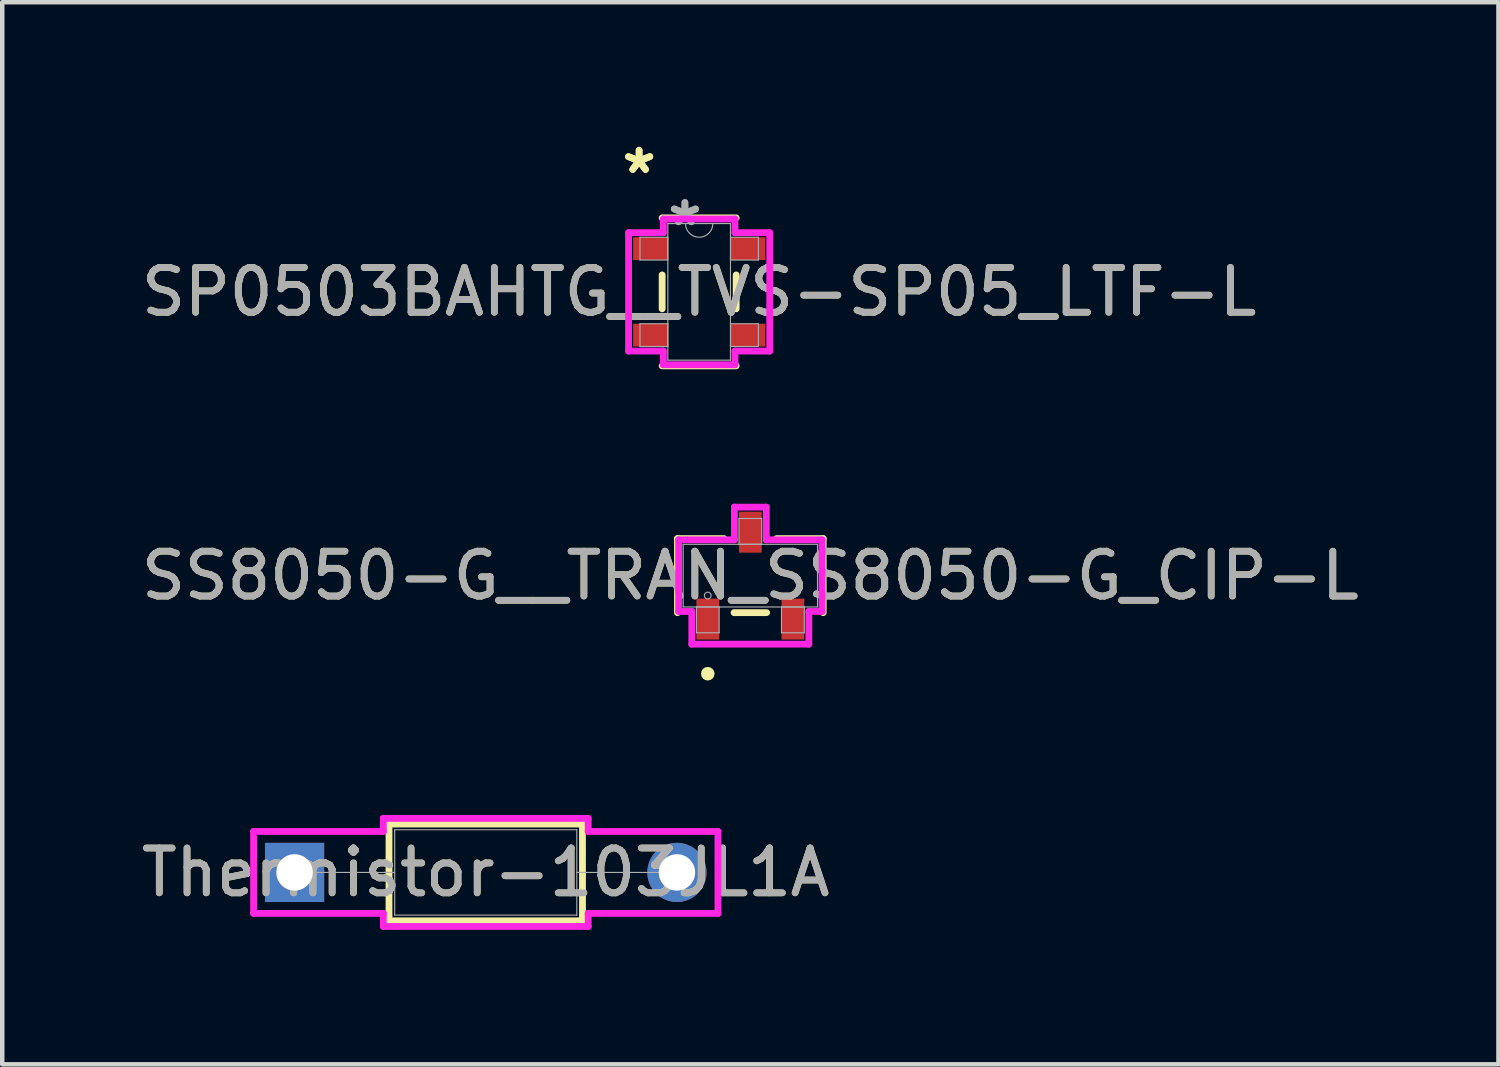
<source format=kicad_pcb>
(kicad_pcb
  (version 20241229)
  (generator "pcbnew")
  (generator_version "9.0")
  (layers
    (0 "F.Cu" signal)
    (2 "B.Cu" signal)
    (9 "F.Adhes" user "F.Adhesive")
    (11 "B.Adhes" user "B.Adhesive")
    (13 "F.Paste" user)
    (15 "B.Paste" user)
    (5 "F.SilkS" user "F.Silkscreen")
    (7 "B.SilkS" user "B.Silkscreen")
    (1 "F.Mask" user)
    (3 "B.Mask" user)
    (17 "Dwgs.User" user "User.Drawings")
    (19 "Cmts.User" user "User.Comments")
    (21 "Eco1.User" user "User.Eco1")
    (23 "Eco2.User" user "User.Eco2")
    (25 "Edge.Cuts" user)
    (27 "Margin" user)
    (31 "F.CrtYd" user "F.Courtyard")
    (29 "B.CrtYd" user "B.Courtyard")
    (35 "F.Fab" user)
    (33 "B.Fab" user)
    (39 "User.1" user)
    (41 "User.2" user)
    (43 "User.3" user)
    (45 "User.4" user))
  (footprint "Thermistor-103JL1A"
    (layer "F.Cu")
    (at 3.524 16.421)
    (property "Reference" "Thermistor-103JL1A" (at 4.267 0 0) (unlocked yes) (layer "F.SilkS") (effects (font (size 1 1) (thickness 0.15))))
    (attr through_hole)
    (fp_line (start 2.108 -1.079) (end 2.108 1.079) (stroke (width 0.152) (type solid)) (layer "F.SilkS"))
    (fp_line (start 2.108 1.079) (end 6.426 1.079) (stroke (width 0.152) (type solid)) (layer "F.SilkS"))
    (fp_line (start 6.426 -1.079) (end 2.108 -1.079) (stroke (width 0.152) (type solid)) (layer "F.SilkS"))
    (fp_line (start 6.426 1.079) (end 6.426 -1.079) (stroke (width 0.152) (type solid)) (layer "F.SilkS"))
    (fp_line (start -0.914 -0.914) (end 1.981 -0.914) (stroke (width 0.152) (type solid)) (layer "F.CrtYd"))
    (fp_line (start -0.914 0.914) (end -0.914 -0.914) (stroke (width 0.152) (type solid)) (layer "F.CrtYd"))
    (fp_line (start 1.981 -1.206) (end 6.553 -1.206) (stroke (width 0.152) (type solid)) (layer "F.CrtYd"))
    (fp_line (start 1.981 -0.914) (end 1.981 -1.206) (stroke (width 0.152) (type solid)) (layer "F.CrtYd"))
    (fp_line (start 1.981 0.914) (end -0.914 0.914) (stroke (width 0.152) (type solid)) (layer "F.CrtYd"))
    (fp_line (start 1.981 1.206) (end 1.981 0.914) (stroke (width 0.152) (type solid)) (layer "F.CrtYd"))
    (fp_line (start 6.553 -1.206) (end 6.553 -0.914) (stroke (width 0.152) (type solid)) (layer "F.CrtYd"))
    (fp_line (start 6.553 -0.914) (end 9.449 -0.914) (stroke (width 0.152) (type solid)) (layer "F.CrtYd"))
    (fp_line (start 6.553 0.914) (end 6.553 1.206) (stroke (width 0.152) (type solid)) (layer "F.CrtYd"))
    (fp_line (start 6.553 1.206) (end 1.981 1.206) (stroke (width 0.152) (type solid)) (layer "F.CrtYd"))
    (fp_line (start 9.449 -0.914) (end 9.449 0.914) (stroke (width 0.152) (type solid)) (layer "F.CrtYd"))
    (fp_line (start 9.449 0.914) (end 6.553 0.914) (stroke (width 0.152) (type solid)) (layer "F.CrtYd"))
    (fp_line (start 0 0) (end 2.235 0) (stroke (width 0.025) (type solid)) (layer "F.Fab"))
    (fp_line (start 2.235 -0.953) (end 2.235 0.953) (stroke (width 0.025) (type solid)) (layer "F.Fab"))
    (fp_line (start 2.235 0.953) (end 6.299 0.953) (stroke (width 0.025) (type solid)) (layer "F.Fab"))
    (fp_line (start 6.299 -0.953) (end 2.235 -0.953) (stroke (width 0.025) (type solid)) (layer "F.Fab"))
    (fp_line (start 6.299 0.953) (end 6.299 -0.953) (stroke (width 0.025) (type solid)) (layer "F.Fab"))
    (fp_line (start 8.534 0) (end 6.299 0) (stroke (width 0.025) (type solid)) (layer "F.Fab"))
    (fp_text user "${REFERENCE}" (at 4.267 0 0) (unlocked yes) (layer "F.Fab") (effects (font (size 1 1) (thickness 0.15))))
    (pad "1" thru_hole rect (at 0 0) (size 1.321 1.321) (drill 0.813) (layers "*.Cu" "*.Mask"))
    (pad "2" thru_hole circle (at 8.534 0) (size 1.321 1.321) (drill 0.813) (layers "*.Cu" "*.Mask")))
  (footprint "SP0503BAHTG__TVS-SP05_LTF-L"
    (layer "F.Cu")
    (at 12.554 3.464)
    (property "Reference" "SP0503BAHTG__TVS-SP05_LTF-L" (at 0 0 0) (unlocked yes) (layer "F.SilkS") (effects (font (size 1 1) (thickness 0.15))))
    (attr smd)
    (fp_line (start -0.826 -0.378) (end -0.826 0.378) (stroke (width 0.152) (type solid)) (layer "F.SilkS"))
    (fp_line (start -0.826 1.651) (end 0.826 1.651) (stroke (width 0.152) (type solid)) (layer "F.SilkS"))
    (fp_line (start 0.826 -1.651) (end -0.826 -1.651) (stroke (width 0.152) (type solid)) (layer "F.SilkS"))
    (fp_line (start 0.826 0.378) (end 0.826 -0.378) (stroke (width 0.152) (type solid)) (layer "F.SilkS"))
    (fp_line (start -1.575 -1.321) (end -0.8 -1.321) (stroke (width 0.152) (type solid)) (layer "F.CrtYd"))
    (fp_line (start -1.575 1.321) (end -1.575 -1.321) (stroke (width 0.152) (type solid)) (layer "F.CrtYd"))
    (fp_line (start -1.575 1.321) (end -0.8 1.321) (stroke (width 0.152) (type solid)) (layer "F.CrtYd"))
    (fp_line (start -0.8 -1.626) (end 0.8 -1.626) (stroke (width 0.152) (type solid)) (layer "F.CrtYd"))
    (fp_line (start -0.8 -1.321) (end -0.8 -1.626) (stroke (width 0.152) (type solid)) (layer "F.CrtYd"))
    (fp_line (start -0.8 1.626) (end -0.8 1.321) (stroke (width 0.152) (type solid)) (layer "F.CrtYd"))
    (fp_line (start 0.8 -1.626) (end 0.8 -1.321) (stroke (width 0.152) (type solid)) (layer "F.CrtYd"))
    (fp_line (start 0.8 1.321) (end 0.8 1.626) (stroke (width 0.152) (type solid)) (layer "F.CrtYd"))
    (fp_line (start 0.8 1.626) (end -0.8 1.626) (stroke (width 0.152) (type solid)) (layer "F.CrtYd"))
    (fp_line (start 1.575 -1.321) (end 0.8 -1.321) (stroke (width 0.152) (type solid)) (layer "F.CrtYd"))
    (fp_line (start 1.575 -1.321) (end 1.575 1.321) (stroke (width 0.152) (type solid)) (layer "F.CrtYd"))
    (fp_line (start 1.575 1.321) (end 0.8 1.321) (stroke (width 0.152) (type solid)) (layer "F.CrtYd"))
    (fp_line (start -1.321 -1.219) (end -1.321 -0.711) (stroke (width 0.025) (type solid)) (layer "F.Fab"))
    (fp_line (start -1.321 -0.711) (end -0.699 -0.711) (stroke (width 0.025) (type solid)) (layer "F.Fab"))
    (fp_line (start -1.321 0.711) (end -1.321 1.219) (stroke (width 0.025) (type solid)) (layer "F.Fab"))
    (fp_line (start -1.321 1.219) (end -0.699 1.219) (stroke (width 0.025) (type solid)) (layer "F.Fab"))
    (fp_line (start -0.699 -1.524) (end -0.699 1.524) (stroke (width 0.025) (type solid)) (layer "F.Fab"))
    (fp_line (start -0.699 -1.219) (end -1.321 -1.219) (stroke (width 0.025) (type solid)) (layer "F.Fab"))
    (fp_line (start -0.699 -0.711) (end -0.699 -1.219) (stroke (width 0.025) (type solid)) (layer "F.Fab"))
    (fp_line (start -0.699 0.711) (end -1.321 0.711) (stroke (width 0.025) (type solid)) (layer "F.Fab"))
    (fp_line (start -0.699 1.219) (end -0.699 0.711) (stroke (width 0.025) (type solid)) (layer "F.Fab"))
    (fp_line (start -0.699 1.524) (end 0.699 1.524) (stroke (width 0.025) (type solid)) (layer "F.Fab"))
    (fp_line (start 0.699 -1.524) (end -0.699 -1.524) (stroke (width 0.025) (type solid)) (layer "F.Fab"))
    (fp_line (start 0.699 -1.219) (end 0.699 -0.711) (stroke (width 0.025) (type solid)) (layer "F.Fab"))
    (fp_line (start 0.699 -0.711) (end 1.321 -0.711) (stroke (width 0.025) (type solid)) (layer "F.Fab"))
    (fp_line (start 0.699 0.711) (end 0.699 1.219) (stroke (width 0.025) (type solid)) (layer "F.Fab"))
    (fp_line (start 0.699 1.219) (end 1.321 1.219) (stroke (width 0.025) (type solid)) (layer "F.Fab"))
    (fp_line (start 0.699 1.524) (end 0.699 -1.524) (stroke (width 0.025) (type solid)) (layer "F.Fab"))
    (fp_line (start 1.321 -1.219) (end 0.699 -1.219) (stroke (width 0.025) (type solid)) (layer "F.Fab"))
    (fp_line (start 1.321 -0.711) (end 1.321 -1.219) (stroke (width 0.025) (type solid)) (layer "F.Fab"))
    (fp_line (start 1.321 0.711) (end 0.699 0.711) (stroke (width 0.025) (type solid)) (layer "F.Fab"))
    (fp_line (start 1.321 1.219) (end 1.321 0.711) (stroke (width 0.025) (type solid)) (layer "F.Fab"))
    (fp_arc (start 0.3048 -1.524) (mid 0 -1.2192) (end -0.3048 -1.524) (stroke (width 0.0254) (type solid)) (layer "F.Fab"))
    (fp_text user "*" (at -1.34 -2.616 0) (layer "F.SilkS") (effects (font (size 1 1) (thickness 0.15))))
    (fp_text user "*" (at -1.34 -2.616 0) (unlocked yes) (layer "F.SilkS") (effects (font (size 1 1) (thickness 0.15))))
    (fp_text user "*" (at -0.318 -1.448 0) (unlocked yes) (layer "F.Fab") (effects (font (size 1 1) (thickness 0.15))))
    (fp_text user "*" (at -0.318 -1.448 0) (layer "F.Fab") (effects (font (size 1 1) (thickness 0.15))))
    (fp_text user "${REFERENCE}" (at 0 0 0) (unlocked yes) (layer "F.Fab") (effects (font (size 1 1) (thickness 0.15))))
    (pad "1" smd rect (at -1.086 -0.965) (size 0.775 0.508) (layers "F.Cu" "F.Mask" "F.Paste"))
    (pad "2" smd rect (at -1.086 0.965) (size 0.775 0.508) (layers "F.Cu" "F.Mask" "F.Paste"))
    (pad "3" smd rect (at 1.086 0.965) (size 0.775 0.508) (layers "F.Cu" "F.Mask" "F.Paste"))
    (pad "4" smd rect (at 1.086 -0.965) (size 0.775 0.508) (layers "F.Cu" "F.Mask" "F.Paste")))
  (footprint "SS8050-G__TRAN_SS8050-G_CIP-L"
    (layer "F.Cu")
    (at 13.696 9.797)
    (property "Reference" "SS8050-G__TRAN_SS8050-G_CIP-L" (at 0 0 0) (unlocked yes) (layer "F.SilkS") (effects (font (size 1 1) (thickness 0.15))))
    (attr smd)
    (fp_line (start -1.626 -0.826) (end -1.626 0.826) (stroke (width 0.152) (type solid)) (layer "F.SilkS"))
    (fp_line (start -0.587 -0.826) (end -1.626 -0.826) (stroke (width 0.152) (type solid)) (layer "F.SilkS"))
    (fp_line (start -0.363 0.826) (end 0.363 0.826) (stroke (width 0.152) (type solid)) (layer "F.SilkS"))
    (fp_line (start 1.626 -0.826) (end 0.587 -0.826) (stroke (width 0.152) (type solid)) (layer "F.SilkS"))
    (fp_line (start 1.626 0.826) (end 1.626 -0.826) (stroke (width 0.152) (type solid)) (layer "F.SilkS"))
    (fp_circle (center -0.95 2.189) (end -0.874 2.189) (stroke (width 0.152) (type solid)) (fill no) (layer "F.SilkS"))
    (fp_line (start -1.6 -0.8) (end -0.356 -0.8) (stroke (width 0.152) (type solid)) (layer "F.CrtYd"))
    (fp_line (start -1.6 0.8) (end -1.6 -0.8) (stroke (width 0.152) (type solid)) (layer "F.CrtYd"))
    (fp_line (start -1.6 0.8) (end -1.306 0.8) (stroke (width 0.152) (type solid)) (layer "F.CrtYd"))
    (fp_line (start -1.306 0.8) (end -1.306 1.529) (stroke (width 0.152) (type solid)) (layer "F.CrtYd"))
    (fp_line (start -1.306 1.529) (end 1.306 1.529) (stroke (width 0.152) (type solid)) (layer "F.CrtYd"))
    (fp_line (start -0.356 -1.529) (end 0.356 -1.529) (stroke (width 0.152) (type solid)) (layer "F.CrtYd"))
    (fp_line (start -0.356 -0.8) (end -0.356 -1.529) (stroke (width 0.152) (type solid)) (layer "F.CrtYd"))
    (fp_line (start 0.356 -0.8) (end 0.356 -1.529) (stroke (width 0.152) (type solid)) (layer "F.CrtYd"))
    (fp_line (start 1.306 0.8) (end 1.306 1.529) (stroke (width 0.152) (type solid)) (layer "F.CrtYd"))
    (fp_line (start 1.6 -0.8) (end 0.356 -0.8) (stroke (width 0.152) (type solid)) (layer "F.CrtYd"))
    (fp_line (start 1.6 -0.8) (end 1.6 0.8) (stroke (width 0.152) (type solid)) (layer "F.CrtYd"))
    (fp_line (start 1.6 0.8) (end 1.306 0.8) (stroke (width 0.152) (type solid)) (layer "F.CrtYd"))
    (fp_line (start -1.499 -0.699) (end -1.499 0.699) (stroke (width 0.025) (type solid)) (layer "F.Fab"))
    (fp_line (start -1.499 0.699) (end 1.499 0.699) (stroke (width 0.025) (type solid)) (layer "F.Fab"))
    (fp_line (start -1.204 0.699) (end -1.204 1.275) (stroke (width 0.025) (type solid)) (layer "F.Fab"))
    (fp_line (start -1.204 1.275) (end -0.696 1.275) (stroke (width 0.025) (type solid)) (layer "F.Fab"))
    (fp_line (start -0.696 0.699) (end -1.204 0.699) (stroke (width 0.025) (type solid)) (layer "F.Fab"))
    (fp_line (start -0.696 1.275) (end -0.696 0.699) (stroke (width 0.025) (type solid)) (layer "F.Fab"))
    (fp_line (start -0.254 -1.275) (end -0.254 -0.699) (stroke (width 0.025) (type solid)) (layer "F.Fab"))
    (fp_line (start -0.254 -0.699) (end 0.254 -0.699) (stroke (width 0.025) (type solid)) (layer "F.Fab"))
    (fp_line (start 0.254 -1.275) (end -0.254 -1.275) (stroke (width 0.025) (type solid)) (layer "F.Fab"))
    (fp_line (start 0.254 -0.699) (end 0.254 -1.275) (stroke (width 0.025) (type solid)) (layer "F.Fab"))
    (fp_line (start 0.696 0.699) (end 0.696 1.275) (stroke (width 0.025) (type solid)) (layer "F.Fab"))
    (fp_line (start 0.696 1.275) (end 1.204 1.275) (stroke (width 0.025) (type solid)) (layer "F.Fab"))
    (fp_line (start 1.204 0.699) (end 0.696 0.699) (stroke (width 0.025) (type solid)) (layer "F.Fab"))
    (fp_line (start 1.204 1.275) (end 1.204 0.699) (stroke (width 0.025) (type solid)) (layer "F.Fab"))
    (fp_line (start 1.499 -0.699) (end -1.499 -0.699) (stroke (width 0.025) (type solid)) (layer "F.Fab"))
    (fp_line (start 1.499 0.699) (end 1.499 -0.699) (stroke (width 0.025) (type solid)) (layer "F.Fab"))
    (fp_circle (center -0.95 0.445) (end -0.874 0.445) (stroke (width 0.025) (type solid)) (fill no) (layer "F.Fab"))
    (fp_text user "${REFERENCE}" (at 0 0 0) (unlocked yes) (layer "F.Fab") (effects (font (size 1 1) (thickness 0.15))))
    (pad "1" smd rect (at -0.95 0.97) (size 0.508 0.914) (layers "F.Cu" "F.Mask" "F.Paste"))
    (pad "2" smd rect (at 0.95 0.97) (size 0.508 0.914) (layers "F.Cu" "F.Mask" "F.Paste"))
    (pad "3" smd rect (at 0 -0.97) (size 0.508 0.914) (layers "F.Cu" "F.Mask" "F.Paste")))
  (gr_rect
    (start -3 -3)
    (end 30.393 20.704)
    (stroke (width 0.1) (type default))
    (fill no)
    (layer "Edge.Cuts")))
</source>
